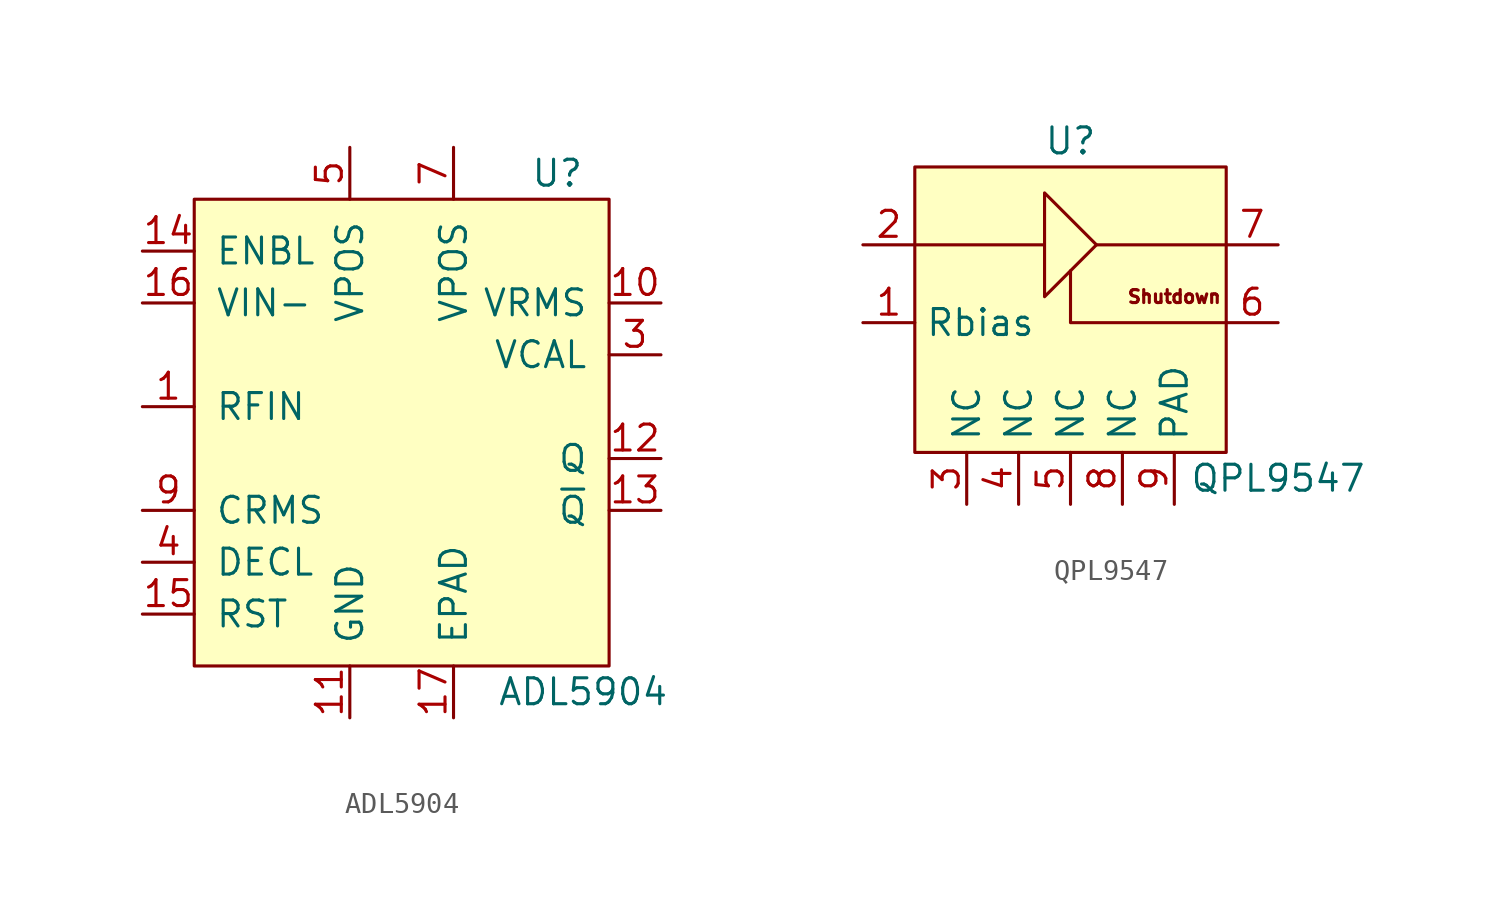
<source format=kicad_sym>
(kicad_symbol_lib
  (version 20211014)
  (generator kicad_symbol_editor)
  (symbol "ADL5904"
    (pin_names
      (offset 1.016))
    (property "Reference" "U"
      (at 7.62 1.27 0)
      (effects (font (size 1.27 1.27))))
    (property "Value" "ADL5904"
      (at 8.89 -24.13 0)
      (effects (font (size 1.27 1.27))))
    (symbol "ADL5904_0_0"
      (pin power_in line (at 2.54 2.54 270) (length 2.54) (name "VPOS" (effects (font (size 1.27 1.27)))) (number "7" (effects (font (size 1.27 1.27))))))
    (symbol "ADL5904_0_1"
      (rectangle (start -10.16 0) (end 10.16 -22.86) (stroke (width 0) (type default) (color 0 0 0 0)) (fill (type background))))
    (symbol "ADL5904_1_1"
      (pin input line (at -12.7 -10.16 0) (length 2.54) (name "RFIN" (effects (font (size 1.27 1.27)))) (number "1" (effects (font (size 1.27 1.27)))))
      (pin output line (at 12.7 -5.08 180) (length 2.54) (name "VRMS" (effects (font (size 1.27 1.27)))) (number "10" (effects (font (size 1.27 1.27)))))
      (pin power_in line (at -2.54 -25.4 90) (length 2.54) (name "GND" (effects (font (size 1.27 1.27)))) (number "11" (effects (font (size 1.27 1.27)))))
      (pin output line (at 12.7 -12.7 180) (length 2.54) (name "Q" (effects (font (size 1.27 1.27)))) (number "12" (effects (font (size 1.27 1.27)))))
      (pin output line (at 12.7 -15.24 180) (length 2.54) (name "~{Q}" (effects (font (size 1.27 1.27)))) (number "13" (effects (font (size 1.27 1.27)))))
      (pin input line (at -12.7 -2.54 0) (length 2.54) (name "ENBL" (effects (font (size 1.27 1.27)))) (number "14" (effects (font (size 1.27 1.27)))))
      (pin input line (at -12.7 -20.32 0) (length 2.54) (name "RST" (effects (font (size 1.27 1.27)))) (number "15" (effects (font (size 1.27 1.27)))))
      (pin input line (at -12.7 -5.08 0) (length 2.54) (name "VIN-" (effects (font (size 1.27 1.27)))) (number "16" (effects (font (size 1.27 1.27)))))
      (pin power_in line (at 2.54 -25.4 90) (length 2.54) (name "EPAD" (effects (font (size 1.27 1.27)))) (number "17" (effects (font (size 1.27 1.27)))))
      (pin output line (at 12.7 -7.62 180) (length 2.54) (name "VCAL" (effects (font (size 1.27 1.27)))) (number "3" (effects (font (size 1.27 1.27)))))
      (pin passive line (at -12.7 -17.78 0) (length 2.54) (name "DECL" (effects (font (size 1.27 1.27)))) (number "4" (effects (font (size 1.27 1.27)))))
      (pin power_in line (at -2.54 2.54 270) (length 2.54) (name "VPOS" (effects (font (size 1.27 1.27)))) (number "5" (effects (font (size 1.27 1.27)))))
      (pin passive line (at -12.7 -15.24 0) (length 2.54) (name "CRMS" (effects (font (size 1.27 1.27)))) (number "9" (effects (font (size 1.27 1.27)))))))
  (symbol "QPL9547"
    (property "Reference" "U"
      (at 0 5.08 0)
      (effects (font (size 1.27 1.27))))
    (property "Value" "QPL9547"
      (at 10.16 -11.43 0)
      (effects (font (size 1.27 1.27))))
    (symbol "QPL9547_0_0"
      (text "Shutdown" (at 5.08 -2.54 0) (effects (font (size 0.635 0.635)))))
    (symbol "QPL9547_0_1"
      (rectangle (start -7.62 3.81) (end 7.62 -10.16) (stroke (width 0) (type default) (color 0 0 0 0)) (fill (type background)))
      (polyline (pts (xy 1.27 0) (xy 7.62 0)) (stroke (width 0) (type default) (color 0 0 0 0)) (fill (type none)))
      (polyline (pts (xy 7.62 -3.81) (xy 0 -3.81) (xy 0 -1.27)) (stroke (width 0) (type default) (color 0 0 0 0)) (fill (type none)))
      (polyline (pts (xy -7.62 0) (xy -1.27 0) (xy -1.27 2.54) (xy 1.27 0) (xy -1.27 -2.54) (xy -1.27 0)) (stroke (width 0) (type default) (color 0 0 0 0)) (fill (type none))))
    (symbol "QPL9547_1_1"
      (pin passive line (at -10.16 -3.81 0) (length 2.54) (name "Rbias" (effects (font (size 1.27 1.27)))) (number "1" (effects (font (size 1.27 1.27)))))
      (pin input line (at -10.16 0 0) (length 2.54) (name "~" (effects (font (size 1.27 1.27)))) (number "2" (effects (font (size 1.27 1.27)))))
      (pin input line (at -5.08 -12.7 90) (length 2.54) (name "NC" (effects (font (size 1.27 1.27)))) (number "3" (effects (font (size 1.27 1.27)))))
      (pin input line (at -2.54 -12.7 90) (length 2.54) (name "NC" (effects (font (size 1.27 1.27)))) (number "4" (effects (font (size 1.27 1.27)))))
      (pin input line (at 0 -12.7 90) (length 2.54) (name "NC" (effects (font (size 1.27 1.27)))) (number "5" (effects (font (size 1.27 1.27)))))
      (pin input line (at 10.16 -3.81 180) (length 2.54) (name "~" (effects (font (size 1.27 1.27)))) (number "6" (effects (font (size 1.27 1.27)))))
      (pin output line (at 10.16 0 180) (length 2.54) (name "~" (effects (font (size 1.27 1.27)))) (number "7" (effects (font (size 1.27 1.27)))))
      (pin input line (at 2.54 -12.7 90) (length 2.54) (name "NC" (effects (font (size 1.27 1.27)))) (number "8" (effects (font (size 1.27 1.27)))))
      (pin power_in line (at 5.08 -12.7 90) (length 2.54) (name "PAD" (effects (font (size 1.27 1.27)))) (number "9" (effects (font (size 1.27 1.27))))))))
</source>
